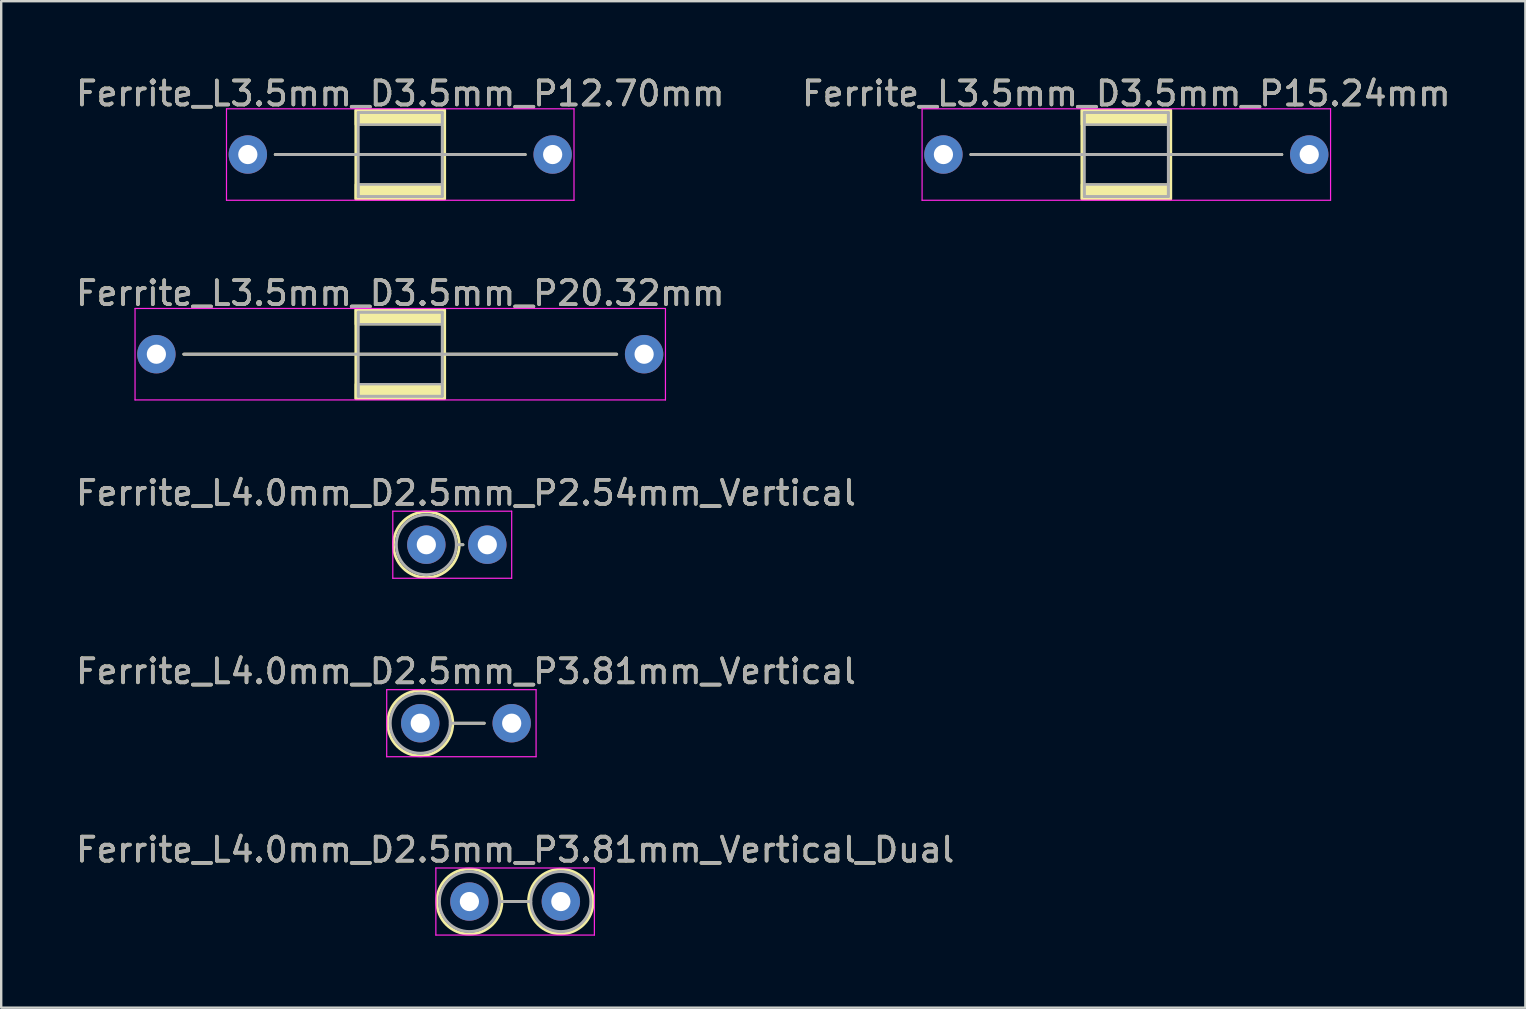
<source format=kicad_pcb>
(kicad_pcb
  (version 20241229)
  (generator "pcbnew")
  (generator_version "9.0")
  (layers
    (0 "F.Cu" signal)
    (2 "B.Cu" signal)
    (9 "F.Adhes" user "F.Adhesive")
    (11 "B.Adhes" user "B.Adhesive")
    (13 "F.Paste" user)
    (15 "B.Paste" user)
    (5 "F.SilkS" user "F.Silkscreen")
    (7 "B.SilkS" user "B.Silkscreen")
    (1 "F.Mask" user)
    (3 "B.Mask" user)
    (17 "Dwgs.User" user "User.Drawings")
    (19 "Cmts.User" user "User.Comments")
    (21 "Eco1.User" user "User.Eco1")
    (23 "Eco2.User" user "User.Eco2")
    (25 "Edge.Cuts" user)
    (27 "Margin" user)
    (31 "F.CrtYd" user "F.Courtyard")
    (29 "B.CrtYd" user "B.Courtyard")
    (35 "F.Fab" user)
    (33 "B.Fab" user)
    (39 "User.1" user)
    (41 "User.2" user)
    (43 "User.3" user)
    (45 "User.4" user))
  (footprint "Ferrite_L3.5mm_D3.5mm_P15.24mm"
    (layer "F.Cu")
    (at 36.255 3.388)
    (property "Reference" "Ferrite_L3.5mm_D3.5mm_P15.24mm" (at 7.62 -2.54 0) (layer "F.SilkS") (effects (font (size 1 1) (thickness 0.15))))
    (fp_line (start 14.097 0) (end 1.143 0) (stroke (width 0.12) (type solid)) (layer "F.SilkS"))
    (fp_rect (start 5.77 -1.85) (end 9.47 1.85) (stroke (width 0.12) (type solid)) (fill no) (layer "F.SilkS"))
    (fp_poly (pts (xy 9.47 -1.25) (xy 5.77 -1.25) (xy 5.77 -1.85) (xy 9.47 -1.85)) (stroke (width 0.1) (type solid)) (fill yes) (layer "F.SilkS"))
    (fp_poly (pts (xy 9.47 1.85) (xy 5.77 1.85) (xy 5.77 1.25) (xy 9.47 1.25)) (stroke (width 0.1) (type solid)) (fill yes) (layer "F.SilkS"))
    (fp_line (start -0.889 -1.905) (end 16.129 -1.905) (stroke (width 0.05) (type solid)) (layer "F.CrtYd"))
    (fp_line (start -0.889 1.905) (end -0.889 -1.905) (stroke (width 0.05) (type solid)) (layer "F.CrtYd"))
    (fp_line (start 16.129 -1.905) (end 16.129 1.905) (stroke (width 0.05) (type solid)) (layer "F.CrtYd"))
    (fp_line (start 16.129 1.905) (end -0.889 1.905) (stroke (width 0.05) (type solid)) (layer "F.CrtYd"))
    (fp_line (start 5.87 -1.75) (end 5.87 1.75) (stroke (width 0.12) (type solid)) (layer "F.Fab"))
    (fp_line (start 5.87 1.75) (end 9.37 1.75) (stroke (width 0.12) (type solid)) (layer "F.Fab"))
    (fp_line (start 9.37 -1.75) (end 5.87 -1.75) (stroke (width 0.12) (type solid)) (layer "F.Fab"))
    (fp_line (start 9.37 1.75) (end 9.37 -1.75) (stroke (width 0.12) (type solid)) (layer "F.Fab"))
    (fp_line (start 14.097 0) (end 1.143 0) (stroke (width 0.12) (type solid)) (layer "F.Fab"))
    (fp_poly (pts (xy 9.37 -1.25) (xy 5.87 -1.25) (xy 5.87 -1.75) (xy 9.37 -1.75)) (stroke (width 0.1) (type solid)) (fill no) (layer "F.Fab"))
    (fp_poly (pts (xy 9.37 1.75) (xy 5.87 1.75) (xy 5.87 1.25) (xy 9.37 1.25)) (stroke (width 0.1) (type solid)) (fill no) (layer "F.Fab"))
    (fp_text user "${REFERENCE}" (at 7.62 -2.539 0) (layer "F.Fab") (effects (font (size 1 1) (thickness 0.15))))
    (pad "1" thru_hole circle (at 0 0) (size 1.6 1.6) (drill 0.8) (layers "*.Cu" "*.Mask"))
    (pad "2" thru_hole circle (at 15.24 0) (size 1.6 1.6) (drill 0.8) (layers "*.Cu" "*.Mask")))
  (footprint "Ferrite_L4.0mm_D2.5mm_P2.54mm_Vertical"
    (layer "F.Cu")
    (at 14.712 19.644)
    (property "Reference" "Ferrite_L4.0mm_D2.5mm_P2.54mm_Vertical" (at 1.651 -2.159 0) (layer "F.SilkS") (effects (font (size 1 1) (thickness 0.15))))
    (fp_line (start 1.37 0) (end 1.524 0) (stroke (width 0.12) (type solid)) (layer "F.SilkS"))
    (fp_circle (center 0 0) (end 1.37 0) (stroke (width 0.12) (type solid)) (fill no) (layer "F.SilkS"))
    (fp_line (start -1.397 -1.397) (end 3.556 -1.397) (stroke (width 0.05) (type solid)) (layer "F.CrtYd"))
    (fp_line (start -1.397 1.397) (end -1.397 -1.397) (stroke (width 0.05) (type solid)) (layer "F.CrtYd"))
    (fp_line (start 3.556 -1.397) (end 3.556 1.397) (stroke (width 0.05) (type solid)) (layer "F.CrtYd"))
    (fp_line (start 3.556 1.397) (end -1.397 1.397) (stroke (width 0.05) (type solid)) (layer "F.CrtYd"))
    (fp_line (start 1.25 0) (end 1.524 0) (stroke (width 0.12) (type solid)) (layer "F.Fab"))
    (fp_circle (center 0 0) (end 1.25 0) (stroke (width 0.12) (type solid)) (fill no) (layer "F.Fab"))
    (fp_text user "${REFERENCE}" (at 1.651 -2.158 0) (layer "F.Fab") (effects (font (size 1 1) (thickness 0.15))))
    (pad "1" thru_hole circle (at 0 0) (size 1.6 1.6) (drill 0.8) (layers "*.Cu" "*.Mask"))
    (pad "2" thru_hole circle (at 2.54 0) (size 1.6 1.6) (drill 0.8) (layers "*.Cu" "*.Mask")))
  (footprint "Ferrite_L4.0mm_D2.5mm_P3.81mm_Vertical"
    (layer "F.Cu")
    (at 14.458 27.081)
    (property "Reference" "Ferrite_L4.0mm_D2.5mm_P3.81mm_Vertical" (at 1.905 -2.159 0) (layer "F.SilkS") (effects (font (size 1 1) (thickness 0.15))))
    (fp_line (start 1.355 0) (end 2.667 0) (stroke (width 0.12) (type solid)) (layer "F.SilkS"))
    (fp_circle (center 0 0) (end 1.355 0) (stroke (width 0.12) (type solid)) (fill no) (layer "F.SilkS"))
    (fp_line (start -1.397 -1.397) (end 4.826 -1.397) (stroke (width 0.05) (type solid)) (layer "F.CrtYd"))
    (fp_line (start -1.397 1.397) (end -1.397 -1.397) (stroke (width 0.05) (type solid)) (layer "F.CrtYd"))
    (fp_line (start 4.826 -1.397) (end 4.826 1.397) (stroke (width 0.05) (type solid)) (layer "F.CrtYd"))
    (fp_line (start 4.826 1.397) (end -1.397 1.397) (stroke (width 0.05) (type solid)) (layer "F.CrtYd"))
    (fp_line (start 1.25 0) (end 2.667 0) (stroke (width 0.12) (type solid)) (layer "F.Fab"))
    (fp_circle (center 0 0) (end 1.25 0) (stroke (width 0.12) (type solid)) (fill no) (layer "F.Fab"))
    (fp_text user "${REFERENCE}" (at 1.905 -2.158 0) (layer "F.Fab") (effects (font (size 1 1) (thickness 0.15))))
    (pad "1" thru_hole circle (at 0 0) (size 1.6 1.6) (drill 0.8) (layers "*.Cu" "*.Mask"))
    (pad "2" thru_hole circle (at 3.81 0) (size 1.6 1.6) (drill 0.8) (layers "*.Cu" "*.Mask")))
  (footprint "Ferrite_L4.0mm_D2.5mm_P3.81mm_Vertical_Dual"
    (layer "F.Cu")
    (at 16.506 34.51)
    (property "Reference" "Ferrite_L4.0mm_D2.5mm_P3.81mm_Vertical_Dual" (at 1.905 -2.159 0) (layer "F.SilkS") (effects (font (size 1 1) (thickness 0.15))))
    (fp_line (start 1.355 0) (end 2.465 0) (stroke (width 0.12) (type solid)) (layer "F.SilkS"))
    (fp_circle (center 0 0) (end 1.355 0) (stroke (width 0.12) (type solid)) (fill no) (layer "F.SilkS"))
    (fp_circle (center 3.81 0) (end 5.155 0) (stroke (width 0.12) (type solid)) (fill no) (layer "F.SilkS"))
    (fp_line (start -1.397 -1.397) (end 5.207 -1.397) (stroke (width 0.05) (type solid)) (layer "F.CrtYd"))
    (fp_line (start -1.397 1.397) (end -1.397 -1.397) (stroke (width 0.05) (type solid)) (layer "F.CrtYd"))
    (fp_line (start 5.207 -1.397) (end 5.207 1.397) (stroke (width 0.05) (type solid)) (layer "F.CrtYd"))
    (fp_line (start 5.207 1.397) (end -1.397 1.397) (stroke (width 0.05) (type solid)) (layer "F.CrtYd"))
    (fp_line (start 1.25 0) (end 2.56 0) (stroke (width 0.12) (type solid)) (layer "F.Fab"))
    (fp_circle (center 0 0) (end 1.25 0) (stroke (width 0.12) (type solid)) (fill no) (layer "F.Fab"))
    (fp_circle (center 3.81 0) (end 5.06 0) (stroke (width 0.12) (type solid)) (fill no) (layer "F.Fab"))
    (fp_text user "${REFERENCE}" (at 1.905 -2.158 0) (layer "F.Fab") (effects (font (size 1 1) (thickness 0.15))))
    (pad "1" thru_hole circle (at 0 0) (size 1.6 1.6) (drill 0.8) (layers "*.Cu" "*.Mask"))
    (pad "2" thru_hole circle (at 3.81 0) (size 1.6 1.6) (drill 0.8) (layers "*.Cu" "*.Mask")))
  (footprint "Ferrite_L3.5mm_D3.5mm_P20.32mm"
    (layer "F.Cu")
    (at 3.465 11.707)
    (property "Reference" "Ferrite_L3.5mm_D3.5mm_P20.32mm" (at 10.16 -2.54 0) (layer "F.SilkS") (effects (font (size 1 1) (thickness 0.15))))
    (fp_line (start 19.177 0) (end 1.143 0) (stroke (width 0.12) (type solid)) (layer "F.SilkS"))
    (fp_rect (start 8.31 -1.85) (end 12.01 1.85) (stroke (width 0.12) (type solid)) (fill no) (layer "F.SilkS"))
    (fp_poly (pts (xy 12.01 -1.25) (xy 8.31 -1.25) (xy 8.31 -1.85) (xy 12.01 -1.85)) (stroke (width 0.1) (type solid)) (fill yes) (layer "F.SilkS"))
    (fp_poly (pts (xy 12.01 1.85) (xy 8.31 1.85) (xy 8.31 1.25) (xy 12.01 1.25)) (stroke (width 0.1) (type solid)) (fill yes) (layer "F.SilkS"))
    (fp_line (start -0.889 -1.905) (end 21.209 -1.905) (stroke (width 0.05) (type solid)) (layer "F.CrtYd"))
    (fp_line (start -0.889 1.905) (end -0.889 -1.905) (stroke (width 0.05) (type solid)) (layer "F.CrtYd"))
    (fp_line (start 21.209 -1.905) (end 21.209 1.905) (stroke (width 0.05) (type solid)) (layer "F.CrtYd"))
    (fp_line (start 21.209 1.905) (end -0.889 1.905) (stroke (width 0.05) (type solid)) (layer "F.CrtYd"))
    (fp_line (start 8.41 -1.75) (end 8.41 1.75) (stroke (width 0.12) (type solid)) (layer "F.Fab"))
    (fp_line (start 8.41 1.75) (end 11.91 1.75) (stroke (width 0.12) (type solid)) (layer "F.Fab"))
    (fp_line (start 11.91 -1.75) (end 8.41 -1.75) (stroke (width 0.12) (type solid)) (layer "F.Fab"))
    (fp_line (start 11.91 1.75) (end 11.91 -1.75) (stroke (width 0.12) (type solid)) (layer "F.Fab"))
    (fp_line (start 19.177 0) (end 1.143 0) (stroke (width 0.12) (type solid)) (layer "F.Fab"))
    (fp_poly (pts (xy 11.91 -1.25) (xy 8.41 -1.25) (xy 8.41 -1.75) (xy 11.91 -1.75)) (stroke (width 0.1) (type solid)) (fill no) (layer "F.Fab"))
    (fp_poly (pts (xy 11.91 1.75) (xy 8.41 1.75) (xy 8.41 1.25) (xy 11.91 1.25)) (stroke (width 0.1) (type solid)) (fill no) (layer "F.Fab"))
    (fp_text user "${REFERENCE}" (at 10.16 -2.539 0) (layer "F.Fab") (effects (font (size 1 1) (thickness 0.15))))
    (pad "1" thru_hole circle (at 0 0) (size 1.6 1.6) (drill 0.8) (layers "*.Cu" "*.Mask"))
    (pad "2" thru_hole circle (at 20.32 0) (size 1.6 1.6) (drill 0.8) (layers "*.Cu" "*.Mask")))
  (footprint "Ferrite_L3.5mm_D3.5mm_P12.70mm"
    (layer "F.Cu")
    (at 7.275 3.388)
    (property "Reference" "Ferrite_L3.5mm_D3.5mm_P12.70mm" (at 6.35 -2.54 0) (layer "F.SilkS") (effects (font (size 1 1) (thickness 0.15))))
    (fp_line (start 11.557 0) (end 1.143 0) (stroke (width 0.12) (type solid)) (layer "F.SilkS"))
    (fp_rect (start 4.5 -1.85) (end 8.2 1.85) (stroke (width 0.12) (type solid)) (fill no) (layer "F.SilkS"))
    (fp_poly (pts (xy 8.2 -1.25) (xy 4.5 -1.25) (xy 4.5 -1.85) (xy 8.2 -1.85)) (stroke (width 0.1) (type solid)) (fill yes) (layer "F.SilkS"))
    (fp_poly (pts (xy 8.2 1.85) (xy 4.5 1.85) (xy 4.5 1.25) (xy 8.2 1.25)) (stroke (width 0.1) (type solid)) (fill yes) (layer "F.SilkS"))
    (fp_line (start -0.889 -1.905) (end 13.589 -1.905) (stroke (width 0.05) (type solid)) (layer "F.CrtYd"))
    (fp_line (start -0.889 1.905) (end -0.889 -1.905) (stroke (width 0.05) (type solid)) (layer "F.CrtYd"))
    (fp_line (start 13.589 -1.905) (end 13.589 1.905) (stroke (width 0.05) (type solid)) (layer "F.CrtYd"))
    (fp_line (start 13.589 1.905) (end -0.889 1.905) (stroke (width 0.05) (type solid)) (layer "F.CrtYd"))
    (fp_line (start 4.6 -1.75) (end 4.6 1.75) (stroke (width 0.12) (type solid)) (layer "F.Fab"))
    (fp_line (start 4.6 1.75) (end 8.1 1.75) (stroke (width 0.12) (type solid)) (layer "F.Fab"))
    (fp_line (start 8.1 -1.75) (end 4.6 -1.75) (stroke (width 0.12) (type solid)) (layer "F.Fab"))
    (fp_line (start 8.1 1.75) (end 8.1 -1.75) (stroke (width 0.12) (type solid)) (layer "F.Fab"))
    (fp_line (start 11.557 0) (end 1.143 0) (stroke (width 0.12) (type solid)) (layer "F.Fab"))
    (fp_poly (pts (xy 8.1 -1.25) (xy 4.6 -1.25) (xy 4.6 -1.75) (xy 8.1 -1.75)) (stroke (width 0.1) (type solid)) (fill no) (layer "F.Fab"))
    (fp_poly (pts (xy 8.1 1.75) (xy 4.6 1.75) (xy 4.6 1.25) (xy 8.1 1.25)) (stroke (width 0.1) (type solid)) (fill no) (layer "F.Fab"))
    (fp_text user "${REFERENCE}" (at 6.35 -2.539 0) (layer "F.Fab") (effects (font (size 1 1) (thickness 0.15))))
    (pad "1" thru_hole circle (at 0 0) (size 1.6 1.6) (drill 0.8) (layers "*.Cu" "*.Mask"))
    (pad "2" thru_hole circle (at 12.7 0) (size 1.6 1.6) (drill 0.8) (layers "*.Cu" "*.Mask")))
  (gr_rect
    (start -3 -3)
    (end 60.5 38.932)
    (stroke (width 0.1) (type default))
    (fill no)
    (layer "Edge.Cuts")))
</source>
